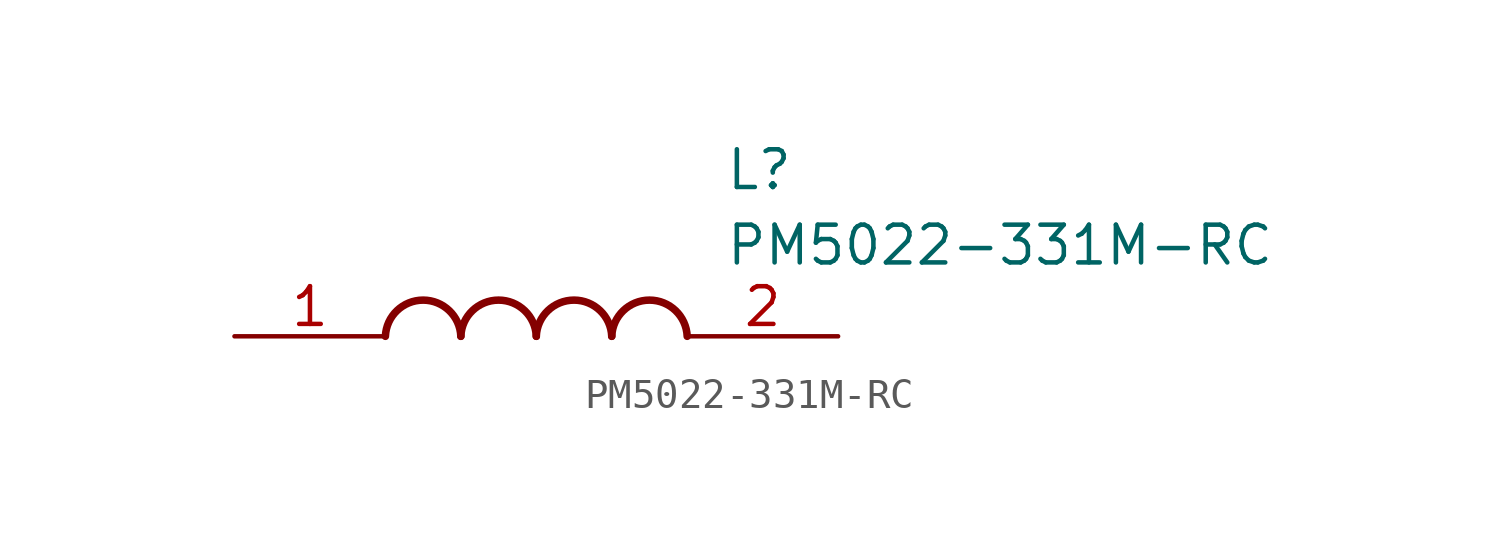
<source format=kicad_sym>
(kicad_symbol_lib
  (version 20211014)
  (generator SamacSys_ECAD_Model)
  (symbol "PM5022-331M-RC"
    (pin_names hide)
    (property "Reference" "L"
      (at 16.51 6.35 0)
      (effects (font (size 1.27 1.27)) (justify left top)))
    (property "Value" "PM5022-331M-RC"
      (at 16.51 3.81 0)
      (effects (font (size 1.27 1.27)) (justify left top)))
    (arc
      (start 7.62 0)
      (mid 6.35 1.219)
      (end 5.08 0)
      (stroke (width 0.254) (type default))
      (fill (type none)))
    (arc
      (start 10.16 0)
      (mid 8.89 1.219)
      (end 7.62 0)
      (stroke (width 0.254) (type default))
      (fill (type none)))
    (arc
      (start 12.7 0)
      (mid 11.43 1.219)
      (end 10.16 0)
      (stroke (width 0.254) (type default))
      (fill (type none)))
    (arc
      (start 15.24 0)
      (mid 13.97 1.219)
      (end 12.7 0)
      (stroke (width 0.254) (type default))
      (fill (type none)))
    (pin passive line
      (at 0 0 0)
      (length 5.08)
      (name "1" (effects (font (size 1.27 1.27))))
      (number "1" (effects (font (size 1.27 1.27)))))
    (pin passive line
      (at 20.32 0 180)
      (length 5.08)
      (name "2" (effects (font (size 1.27 1.27))))
      (number "2" (effects (font (size 1.27 1.27)))))))
</source>
